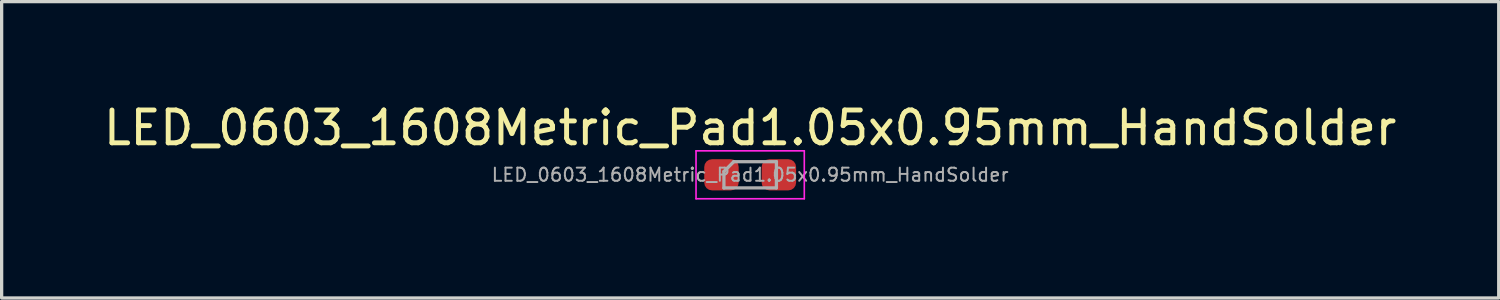
<source format=kicad_pcb>
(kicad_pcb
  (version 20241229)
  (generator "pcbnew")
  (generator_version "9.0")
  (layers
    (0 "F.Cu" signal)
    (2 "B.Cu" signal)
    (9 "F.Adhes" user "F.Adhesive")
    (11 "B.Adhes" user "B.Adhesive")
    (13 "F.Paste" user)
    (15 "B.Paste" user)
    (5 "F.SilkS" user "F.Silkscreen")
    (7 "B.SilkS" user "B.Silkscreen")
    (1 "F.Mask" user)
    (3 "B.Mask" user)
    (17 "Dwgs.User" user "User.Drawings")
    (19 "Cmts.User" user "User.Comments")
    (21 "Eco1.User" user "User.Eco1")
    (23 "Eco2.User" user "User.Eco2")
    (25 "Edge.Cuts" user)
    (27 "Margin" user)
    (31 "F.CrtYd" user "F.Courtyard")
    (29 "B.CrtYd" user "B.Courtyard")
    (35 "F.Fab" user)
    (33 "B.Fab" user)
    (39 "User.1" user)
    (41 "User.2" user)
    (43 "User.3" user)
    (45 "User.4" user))
  (footprint "LED_0603_1608Metric_Pad1.05x0.95mm_HandSolder"
    (layer "F.Cu")
    (at 19.815 2.278)
    (property "Reference" "LED_0603_1608Metric_Pad1.05x0.95mm_HandSolder" (at 0 -1.43 0) (layer "F.SilkS") (effects (font (size 1 1) (thickness 0.15))))
    (attr smd)
    (fp_line (start -1.65 -0.73) (end 1.65 -0.73) (stroke (width 0.05) (type solid)) (layer "F.CrtYd"))
    (fp_line (start -1.65 0.73) (end -1.65 -0.73) (stroke (width 0.05) (type solid)) (layer "F.CrtYd"))
    (fp_line (start 1.65 -0.73) (end 1.65 0.73) (stroke (width 0.05) (type solid)) (layer "F.CrtYd"))
    (fp_line (start 1.65 0.73) (end -1.65 0.73) (stroke (width 0.05) (type solid)) (layer "F.CrtYd"))
    (fp_line (start -0.8 -0.1) (end -0.8 0.4) (stroke (width 0.1) (type solid)) (layer "F.Fab"))
    (fp_line (start -0.8 0.4) (end 0.8 0.4) (stroke (width 0.1) (type solid)) (layer "F.Fab"))
    (fp_line (start -0.5 -0.4) (end -0.8 -0.1) (stroke (width 0.1) (type solid)) (layer "F.Fab"))
    (fp_line (start 0.8 -0.4) (end -0.5 -0.4) (stroke (width 0.1) (type solid)) (layer "F.Fab"))
    (fp_line (start 0.8 0.4) (end 0.8 -0.4) (stroke (width 0.1) (type solid)) (layer "F.Fab"))
    (fp_text user "${REFERENCE}" (at 0 0 0) (layer "F.Fab") (effects (font (size 0.4 0.4) (thickness 0.06))))
    (pad "1" smd roundrect (at -0.875 0) (size 1.05 0.95) (layers "F.Cu" "F.Mask" "F.Paste") (roundrect_rratio 0.25))
    (pad "2" smd roundrect (at 0.875 0) (size 1.05 0.95) (layers "F.Cu" "F.Mask" "F.Paste") (roundrect_rratio 0.25)))
  (gr_rect
    (start -3 -3)
    (end 42.631 6.033)
    (stroke (width 0.1) (type default))
    (fill no)
    (layer "Edge.Cuts")))
</source>
